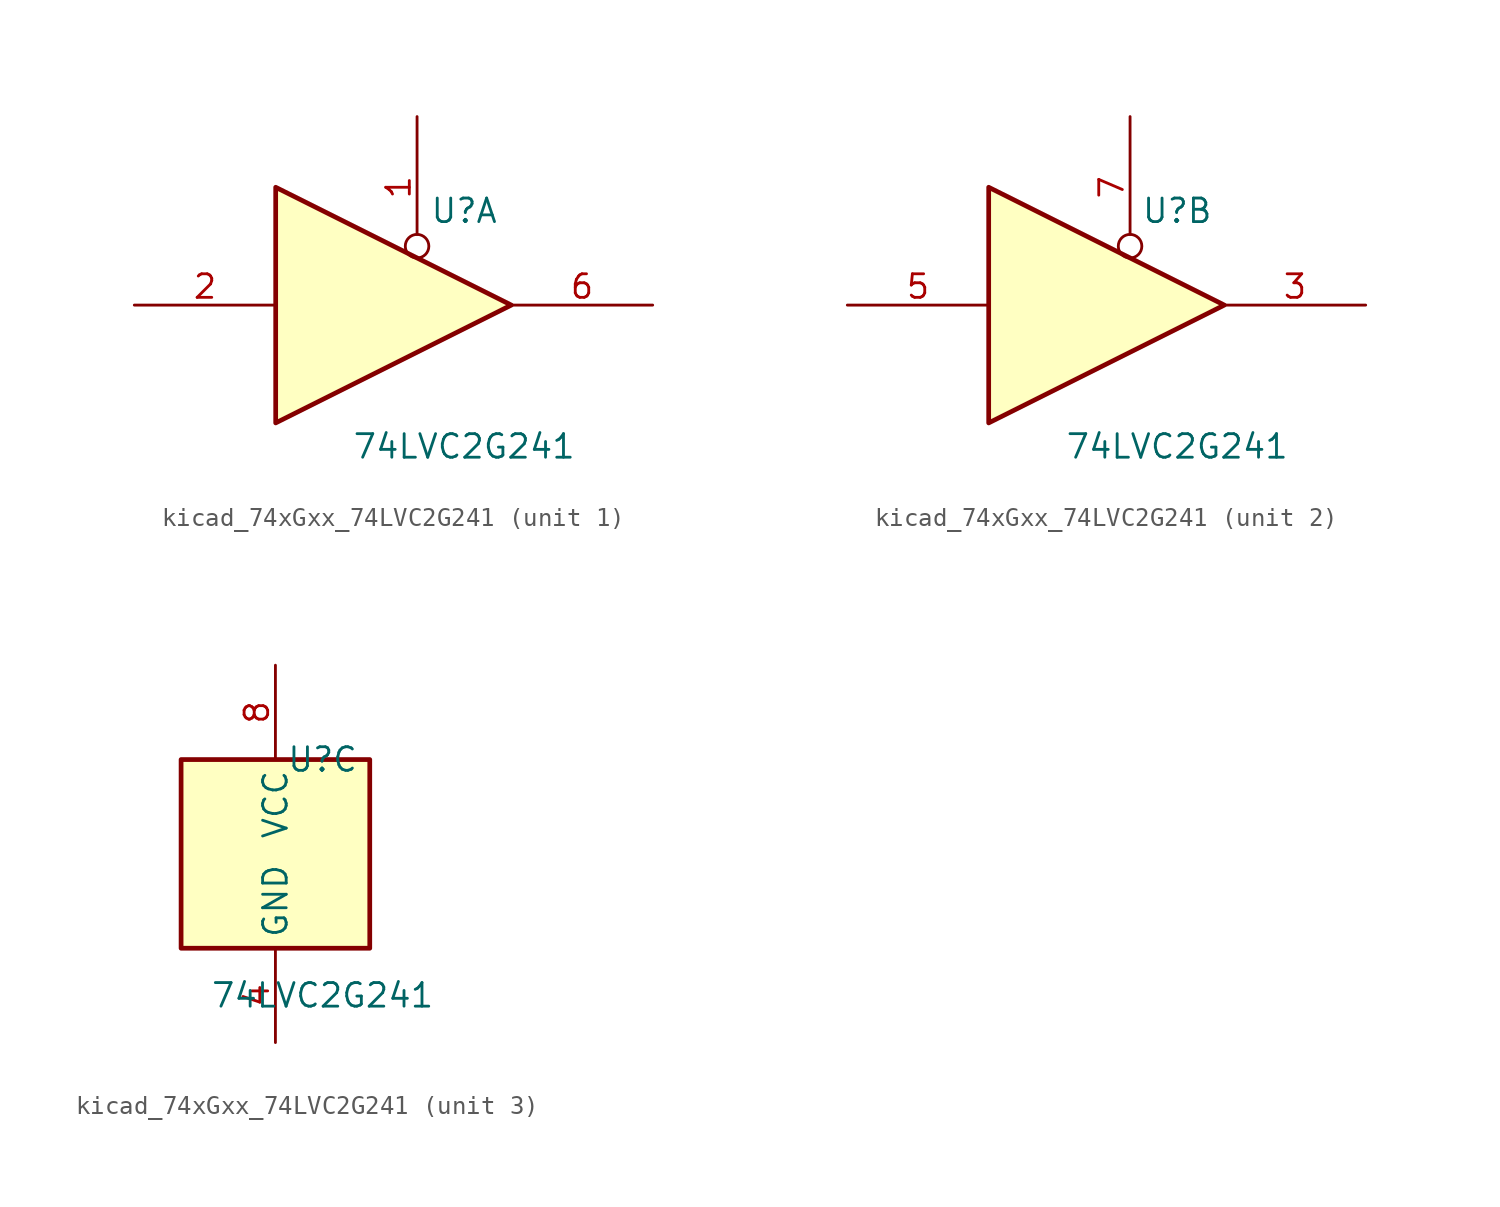
<source format=kicad_sym>
(kicad_symbol_lib
  (version 20220914)
  (generator kicad_symbol_editor)
  (symbol "kicad_74xGxx_74LVC2G241"
    (property "Reference" "U"
      (at 2.54 5.08 0)
      (effects (font (size 1.27 1.27))))
    (property "Value" "74LVC2G241"
      (at 2.54 -7.62 0)
      (effects (font (size 1.27 1.27))))
    (symbol "kicad_74xGxx_74LVC2G241_1_1"
      (polyline (pts (xy -7.62 6.35) (xy -7.62 -6.35) (xy 5.08 0) (xy -7.62 6.35)) (stroke (width 0.254) (type default)) (fill (type background)))
      (pin input inverted (at 0 10.16 270) (length 7.62) (name "~" (effects (font (size 1.27 1.27)))) (number "1" (effects (font (size 1.27 1.27)))))
      (pin input line (at -15.24 0 0) (length 7.62) (name "~" (effects (font (size 1.27 1.27)))) (number "2" (effects (font (size 1.27 1.27)))))
      (pin tri_state line (at 12.7 0 180) (length 7.62) (name "~" (effects (font (size 1.27 1.27)))) (number "6" (effects (font (size 1.27 1.27))))))
    (symbol "kicad_74xGxx_74LVC2G241_2_1"
      (polyline (pts (xy -7.62 6.35) (xy -7.62 -6.35) (xy 5.08 0) (xy -7.62 6.35)) (stroke (width 0.254) (type default)) (fill (type background)))
      (pin tri_state line (at 12.7 0 180) (length 7.62) (name "~" (effects (font (size 1.27 1.27)))) (number "3" (effects (font (size 1.27 1.27)))))
      (pin input line (at -15.24 0 0) (length 7.62) (name "~" (effects (font (size 1.27 1.27)))) (number "5" (effects (font (size 1.27 1.27)))))
      (pin input inverted (at 0 10.16 270) (length 7.62) (name "~" (effects (font (size 1.27 1.27)))) (number "7" (effects (font (size 1.27 1.27))))))
    (symbol "kicad_74xGxx_74LVC2G241_3_0"
      (rectangle (start -5.08 -5.08) (end 5.08 5.08) (stroke (width 0.254) (type default)) (fill (type background))))
    (symbol "kicad_74xGxx_74LVC2G241_3_1"
      (pin power_in line (at 0 -10.16 90) (length 5.08) (name "GND" (effects (font (size 1.27 1.27)))) (number "4" (effects (font (size 1.27 1.27)))))
      (pin power_in line (at 0 10.16 270) (length 5.08) (name "VCC" (effects (font (size 1.27 1.27)))) (number "8" (effects (font (size 1.27 1.27))))))))
</source>
